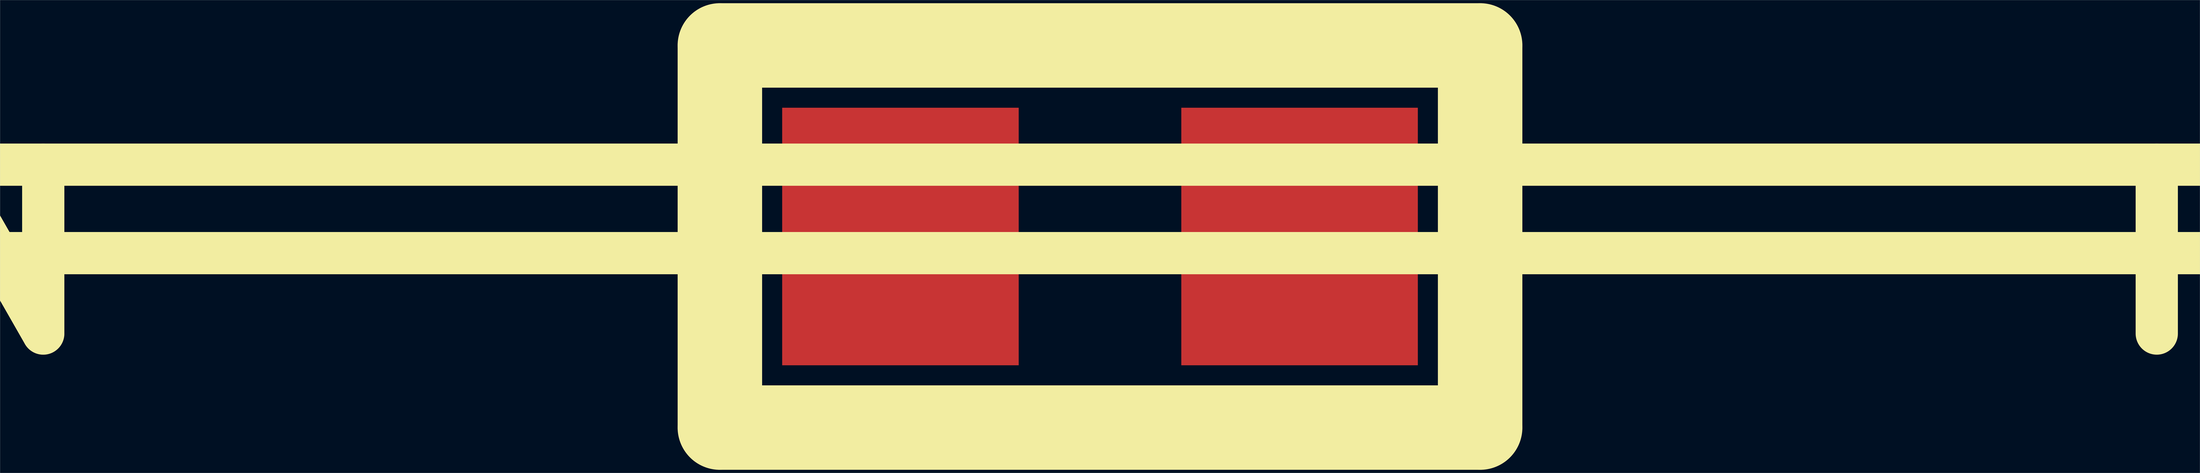
<source format=kicad_pcb>
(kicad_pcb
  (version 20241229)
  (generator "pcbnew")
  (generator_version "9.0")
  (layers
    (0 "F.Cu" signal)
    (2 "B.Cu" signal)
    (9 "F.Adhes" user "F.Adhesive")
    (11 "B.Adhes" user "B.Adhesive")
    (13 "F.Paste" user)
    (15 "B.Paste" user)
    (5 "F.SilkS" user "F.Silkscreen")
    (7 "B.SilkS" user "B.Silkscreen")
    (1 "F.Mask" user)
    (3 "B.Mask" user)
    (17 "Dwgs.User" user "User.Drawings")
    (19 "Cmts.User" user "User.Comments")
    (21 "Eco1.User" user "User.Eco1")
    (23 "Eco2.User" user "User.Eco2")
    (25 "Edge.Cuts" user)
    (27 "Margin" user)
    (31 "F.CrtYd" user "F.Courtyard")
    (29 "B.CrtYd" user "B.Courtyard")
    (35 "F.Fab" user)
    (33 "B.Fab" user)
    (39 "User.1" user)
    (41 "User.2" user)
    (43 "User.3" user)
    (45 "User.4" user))
  (footprint "IPC_RESC1005X40N"
    (layer "F.Cu")
    (at 1038.722 221)
    (property "Reference" "IPC_RESC1005X40N" (at 0 20 0) (layer "F.SilkS") (effects (font (size 160 160) (thickness 40))))
    (attr through_hole)
    (fp_line (start -360 -181) (end 360 -181) (stroke (width 80) (type solid)) (layer "F.SilkS"))
    (fp_line (start -360 181) (end -360 -181) (stroke (width 80) (type solid)) (layer "F.SilkS"))
    (fp_line (start 360 -181) (end 360 181) (stroke (width 80) (type solid)) (layer "F.SilkS"))
    (fp_line (start 360 181) (end -360 181) (stroke (width 80) (type solid)) (layer "F.SilkS"))
    (pad "1" smd rect (at -189 0) (size 224 244) (layers "F.Cu" "F.Mask" "F.Paste"))
    (pad "2" smd rect (at 189 0) (size 224 244) (layers "F.Cu" "F.Mask" "F.Paste")))
  (gr_rect
    (start -3 -3)
    (end 2080.443 445)
    (stroke (width 0.1) (type default))
    (fill no)
    (layer "Edge.Cuts")))
</source>
